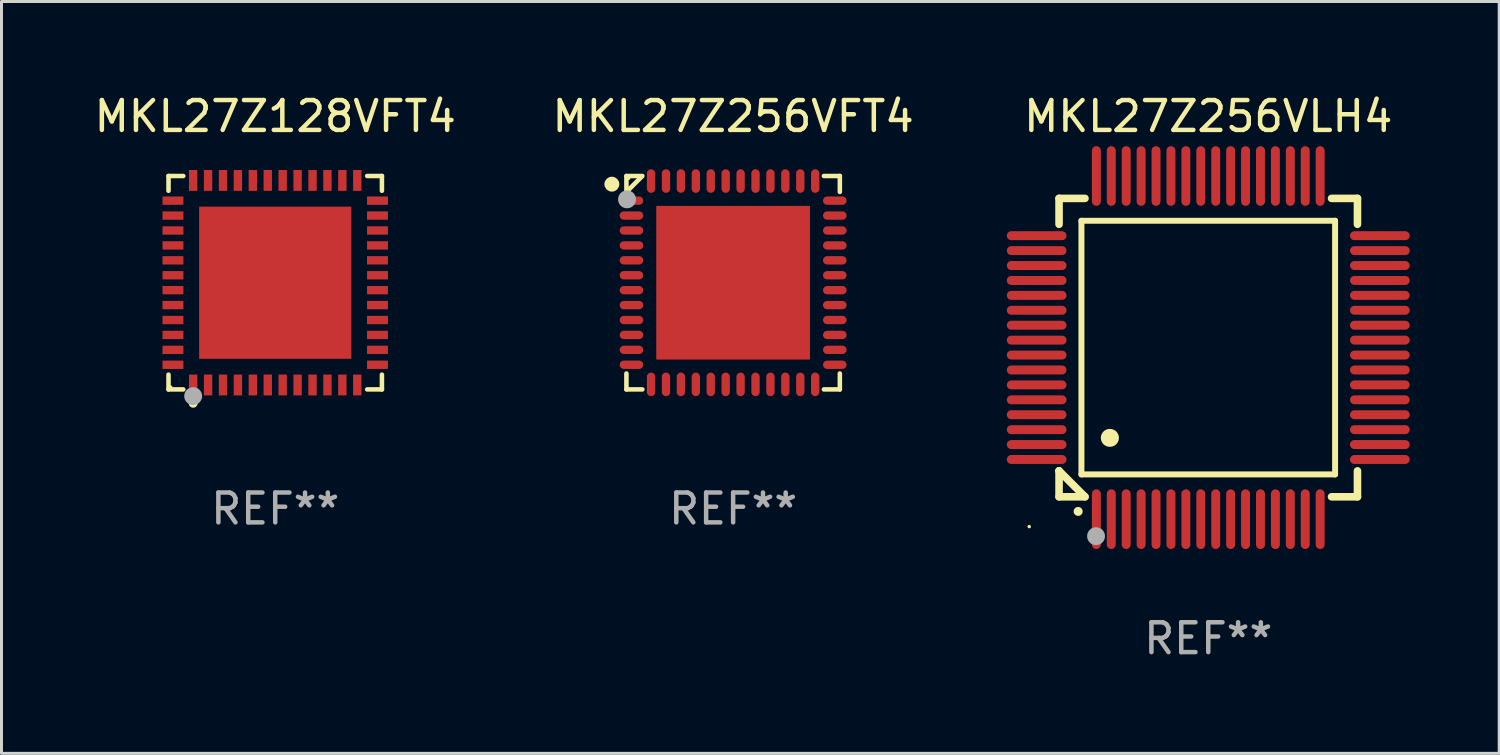
<source format=kicad_pcb>
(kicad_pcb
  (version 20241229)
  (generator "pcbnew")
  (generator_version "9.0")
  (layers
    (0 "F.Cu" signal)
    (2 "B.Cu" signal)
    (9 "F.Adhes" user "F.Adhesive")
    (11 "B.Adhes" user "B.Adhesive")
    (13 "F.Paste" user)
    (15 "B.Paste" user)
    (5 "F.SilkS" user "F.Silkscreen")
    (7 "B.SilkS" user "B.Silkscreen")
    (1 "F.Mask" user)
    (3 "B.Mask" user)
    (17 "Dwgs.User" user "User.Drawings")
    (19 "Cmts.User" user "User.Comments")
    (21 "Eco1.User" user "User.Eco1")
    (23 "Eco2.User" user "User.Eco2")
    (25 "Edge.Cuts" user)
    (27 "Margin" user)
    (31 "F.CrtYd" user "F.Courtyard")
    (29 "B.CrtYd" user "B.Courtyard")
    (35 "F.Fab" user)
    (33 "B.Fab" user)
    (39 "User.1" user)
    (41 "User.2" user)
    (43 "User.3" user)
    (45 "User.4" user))
  (footprint "MKL27Z256VLH4"
    (layer "F.Cu")
    (at 37.44 8.598)
    (property "Reference" "MKL27Z256VLH4" (at 0 -7.75 0) (layer "F.SilkS") (effects (font (size 1 1) (thickness 0.15))))
    (attr through_hole)
    (fp_line (start -5 -5) (end -4.131 -5) (stroke (width 0.254) (type solid)) (layer "F.SilkS"))
    (fp_line (start -5 -4.131) (end -5 -5) (stroke (width 0.254) (type solid)) (layer "F.SilkS"))
    (fp_line (start -5 4.131) (end -5 4.131) (stroke (width 0.254) (type solid)) (layer "F.SilkS"))
    (fp_line (start -5 5) (end -5 4.131) (stroke (width 0.254) (type solid)) (layer "F.SilkS"))
    (fp_line (start -5 4.131) (end -4.131 5) (stroke (width 0.254) (type solid)) (layer "F.SilkS"))
    (fp_line (start -4.25 -4.25) (end -4.25 4.25) (stroke (width 0.2) (type solid)) (layer "F.SilkS"))
    (fp_line (start -4.25 4.25) (end 4.25 4.25) (stroke (width 0.2) (type solid)) (layer "F.SilkS"))
    (fp_line (start -4.131 5) (end -5 5) (stroke (width 0.254) (type solid)) (layer "F.SilkS"))
    (fp_line (start 4.25 -4.25) (end -4.25 -4.25) (stroke (width 0.2) (type solid)) (layer "F.SilkS"))
    (fp_line (start 4.25 4.25) (end 4.25 -4.25) (stroke (width 0.2) (type solid)) (layer "F.SilkS"))
    (fp_line (start 5 -5) (end 4.131 -5) (stroke (width 0.254) (type solid)) (layer "F.SilkS"))
    (fp_line (start 5 -5) (end 5 -4.131) (stroke (width 0.254) (type solid)) (layer "F.SilkS"))
    (fp_line (start 5 4.131) (end 5 5) (stroke (width 0.254) (type solid)) (layer "F.SilkS"))
    (fp_line (start 5 5) (end 4.131 5) (stroke (width 0.254) (type solid)) (layer "F.SilkS"))
    (fp_arc (start -4.361265 5.489992) (mid -4.359995 5.489987) (end -4.358725 5.489992) (stroke (width 0.3) (type solid)) (layer "F.SilkS"))
    (fp_arc (start -3.299467 3.025146) (mid -3.296927 3.025135) (end -3.294387 3.025146) (stroke (width 0.6) (type solid)) (layer "F.SilkS"))
    (fp_circle (center -6 6) (end -5.97 6) (stroke (width 0.06) (type solid)) (fill no) (layer "F.SilkS"))
    (fp_circle (center -3.76 6.32) (end -3.61 6.32) (stroke (width 0.3) (type solid)) (fill no) (layer "F.Fab"))
    (fp_text user "REF**" (at 0 9.75 0) (layer "F.Fab") (effects (font (size 1 1) (thickness 0.15))))
    (pad "1" smd oval (at -3.75 5.75) (size 0.3 2) (layers "F.Cu" "F.Mask" "F.Paste"))
    (pad "2" smd oval (at -3.25 5.75) (size 0.3 2) (layers "F.Cu" "F.Mask" "F.Paste"))
    (pad "3" smd oval (at -2.75 5.75) (size 0.3 2) (layers "F.Cu" "F.Mask" "F.Paste"))
    (pad "4" smd oval (at -2.25 5.75) (size 0.3 2) (layers "F.Cu" "F.Mask" "F.Paste"))
    (pad "5" smd oval (at -1.75 5.75) (size 0.3 2) (layers "F.Cu" "F.Mask" "F.Paste"))
    (pad "6" smd oval (at -1.25 5.75) (size 0.3 2) (layers "F.Cu" "F.Mask" "F.Paste"))
    (pad "7" smd oval (at -0.75 5.75) (size 0.3 2) (layers "F.Cu" "F.Mask" "F.Paste"))
    (pad "8" smd oval (at -0.25 5.75) (size 0.3 2) (layers "F.Cu" "F.Mask" "F.Paste"))
    (pad "9" smd oval (at 0.25 5.75) (size 0.3 2) (layers "F.Cu" "F.Mask" "F.Paste"))
    (pad "10" smd oval (at 0.75 5.75) (size 0.3 2) (layers "F.Cu" "F.Mask" "F.Paste"))
    (pad "11" smd oval (at 1.25 5.75) (size 0.3 2) (layers "F.Cu" "F.Mask" "F.Paste"))
    (pad "12" smd oval (at 1.75 5.75) (size 0.3 2) (layers "F.Cu" "F.Mask" "F.Paste"))
    (pad "13" smd oval (at 2.25 5.75) (size 0.3 2) (layers "F.Cu" "F.Mask" "F.Paste"))
    (pad "14" smd oval (at 2.75 5.75) (size 0.3 2) (layers "F.Cu" "F.Mask" "F.Paste"))
    (pad "15" smd oval (at 3.25 5.75) (size 0.3 2) (layers "F.Cu" "F.Mask" "F.Paste"))
    (pad "16" smd oval (at 3.75 5.75) (size 0.3 2) (layers "F.Cu" "F.Mask" "F.Paste"))
    (pad "17" smd oval (at 5.75 3.75) (size 2 0.3) (layers "F.Cu" "F.Mask" "F.Paste"))
    (pad "18" smd oval (at 5.75 3.25) (size 2 0.3) (layers "F.Cu" "F.Mask" "F.Paste"))
    (pad "19" smd oval (at 5.75 2.75) (size 2 0.3) (layers "F.Cu" "F.Mask" "F.Paste"))
    (pad "20" smd oval (at 5.75 2.25) (size 2 0.3) (layers "F.Cu" "F.Mask" "F.Paste"))
    (pad "21" smd oval (at 5.75 1.75) (size 2 0.3) (layers "F.Cu" "F.Mask" "F.Paste"))
    (pad "22" smd oval (at 5.75 1.25) (size 2 0.3) (layers "F.Cu" "F.Mask" "F.Paste"))
    (pad "23" smd oval (at 5.75 0.75) (size 2 0.3) (layers "F.Cu" "F.Mask" "F.Paste"))
    (pad "24" smd oval (at 5.75 0.25) (size 2 0.3) (layers "F.Cu" "F.Mask" "F.Paste"))
    (pad "25" smd oval (at 5.75 -0.25) (size 2 0.3) (layers "F.Cu" "F.Mask" "F.Paste"))
    (pad "26" smd oval (at 5.75 -0.75) (size 2 0.3) (layers "F.Cu" "F.Mask" "F.Paste"))
    (pad "27" smd oval (at 5.75 -1.25) (size 2 0.3) (layers "F.Cu" "F.Mask" "F.Paste"))
    (pad "28" smd oval (at 5.75 -1.75) (size 2 0.3) (layers "F.Cu" "F.Mask" "F.Paste"))
    (pad "29" smd oval (at 5.75 -2.25) (size 2 0.3) (layers "F.Cu" "F.Mask" "F.Paste"))
    (pad "30" smd oval (at 5.75 -2.75) (size 2 0.3) (layers "F.Cu" "F.Mask" "F.Paste"))
    (pad "31" smd oval (at 5.75 -3.25) (size 2 0.3) (layers "F.Cu" "F.Mask" "F.Paste"))
    (pad "32" smd oval (at 5.75 -3.75) (size 2 0.3) (layers "F.Cu" "F.Mask" "F.Paste"))
    (pad "33" smd oval (at 3.75 -5.75) (size 0.3 2) (layers "F.Cu" "F.Mask" "F.Paste"))
    (pad "34" smd oval (at 3.25 -5.75) (size 0.3 2) (layers "F.Cu" "F.Mask" "F.Paste"))
    (pad "35" smd oval (at 2.75 -5.75) (size 0.3 2) (layers "F.Cu" "F.Mask" "F.Paste"))
    (pad "36" smd oval (at 2.25 -5.75) (size 0.3 2) (layers "F.Cu" "F.Mask" "F.Paste"))
    (pad "37" smd oval (at 1.75 -5.75) (size 0.3 2) (layers "F.Cu" "F.Mask" "F.Paste"))
    (pad "38" smd oval (at 1.25 -5.75) (size 0.3 2) (layers "F.Cu" "F.Mask" "F.Paste"))
    (pad "39" smd oval (at 0.75 -5.75) (size 0.3 2) (layers "F.Cu" "F.Mask" "F.Paste"))
    (pad "40" smd oval (at 0.25 -5.75) (size 0.3 2) (layers "F.Cu" "F.Mask" "F.Paste"))
    (pad "41" smd oval (at -0.25 -5.75) (size 0.3 2) (layers "F.Cu" "F.Mask" "F.Paste"))
    (pad "42" smd oval (at -0.75 -5.75) (size 0.3 2) (layers "F.Cu" "F.Mask" "F.Paste"))
    (pad "43" smd oval (at -1.25 -5.75) (size 0.3 2) (layers "F.Cu" "F.Mask" "F.Paste"))
    (pad "44" smd oval (at -1.75 -5.75) (size 0.3 2) (layers "F.Cu" "F.Mask" "F.Paste"))
    (pad "45" smd oval (at -2.25 -5.75) (size 0.3 2) (layers "F.Cu" "F.Mask" "F.Paste"))
    (pad "46" smd oval (at -2.75 -5.75) (size 0.3 2) (layers "F.Cu" "F.Mask" "F.Paste"))
    (pad "47" smd oval (at -3.25 -5.75) (size 0.3 2) (layers "F.Cu" "F.Mask" "F.Paste"))
    (pad "48" smd oval (at -3.75 -5.75) (size 0.3 2) (layers "F.Cu" "F.Mask" "F.Paste"))
    (pad "49" smd oval (at -5.75 -3.75) (size 2 0.3) (layers "F.Cu" "F.Mask" "F.Paste"))
    (pad "50" smd oval (at -5.75 -3.25) (size 2 0.3) (layers "F.Cu" "F.Mask" "F.Paste"))
    (pad "51" smd oval (at -5.75 -2.75) (size 2 0.3) (layers "F.Cu" "F.Mask" "F.Paste"))
    (pad "52" smd oval (at -5.75 -2.25) (size 2 0.3) (layers "F.Cu" "F.Mask" "F.Paste"))
    (pad "53" smd oval (at -5.75 -1.75) (size 2 0.3) (layers "F.Cu" "F.Mask" "F.Paste"))
    (pad "54" smd oval (at -5.75 -1.25) (size 2 0.3) (layers "F.Cu" "F.Mask" "F.Paste"))
    (pad "55" smd oval (at -5.75 -0.75) (size 2 0.3) (layers "F.Cu" "F.Mask" "F.Paste"))
    (pad "56" smd oval (at -5.75 -0.25) (size 2 0.3) (layers "F.Cu" "F.Mask" "F.Paste"))
    (pad "57" smd oval (at -5.75 0.25) (size 2 0.3) (layers "F.Cu" "F.Mask" "F.Paste"))
    (pad "58" smd oval (at -5.75 0.75) (size 2 0.3) (layers "F.Cu" "F.Mask" "F.Paste"))
    (pad "59" smd oval (at -5.75 1.25) (size 2 0.3) (layers "F.Cu" "F.Mask" "F.Paste"))
    (pad "60" smd oval (at -5.75 1.75) (size 2 0.3) (layers "F.Cu" "F.Mask" "F.Paste"))
    (pad "61" smd oval (at -5.75 2.25) (size 2 0.3) (layers "F.Cu" "F.Mask" "F.Paste"))
    (pad "62" smd oval (at -5.75 2.75) (size 2 0.3) (layers "F.Cu" "F.Mask" "F.Paste"))
    (pad "63" smd oval (at -5.75 3.25) (size 2 0.3) (layers "F.Cu" "F.Mask" "F.Paste"))
    (pad "64" smd oval (at -5.75 3.75) (size 2 0.3) (layers "F.Cu" "F.Mask" "F.Paste")))
  (footprint "MKL27Z256VFT4"
    (layer "F.Cu")
    (at 21.518 6.424)
    (property "Reference" "MKL27Z256VFT4" (at 0 -5.576 0) (layer "F.SilkS") (effects (font (size 1 1) (thickness 0.15))))
    (attr through_hole)
    (fp_line (start -3.576 -3.576) (end -3.042 -3.576) (stroke (width 0.152) (type solid)) (layer "F.SilkS"))
    (fp_line (start -3.576 -3.042) (end -3.576 -3.576) (stroke (width 0.152) (type solid)) (layer "F.SilkS"))
    (fp_line (start -3.576 3.042) (end -3.576 3.576) (stroke (width 0.152) (type solid)) (layer "F.SilkS"))
    (fp_line (start -3.576 3.576) (end -3.042 3.576) (stroke (width 0.152) (type solid)) (layer "F.SilkS"))
    (fp_line (start -3.069 -3.549) (end -3.549 -3.069) (stroke (width 0.152) (type solid)) (layer "F.SilkS"))
    (fp_line (start 3.576 -3.576) (end 3.042 -3.576) (stroke (width 0.152) (type solid)) (layer "F.SilkS"))
    (fp_line (start 3.576 -3.042) (end 3.576 -3.576) (stroke (width 0.152) (type solid)) (layer "F.SilkS"))
    (fp_line (start 3.576 3.042) (end 3.576 3.576) (stroke (width 0.152) (type solid)) (layer "F.SilkS"))
    (fp_line (start 3.576 3.576) (end 3.042 3.576) (stroke (width 0.152) (type solid)) (layer "F.SilkS"))
    (fp_circle (center -4.064 -3.302) (end -3.939 -3.302) (stroke (width 0.25) (type solid)) (fill no) (layer "F.SilkS"))
    (fp_circle (center -3.5 -3.5) (end -3.47 -3.5) (stroke (width 0.06) (type solid)) (fill no) (layer "F.SilkS"))
    (fp_circle (center -3.556 -2.794) (end -3.406 -2.794) (stroke (width 0.3) (type solid)) (fill no) (layer "F.Fab"))
    (fp_text user "REF**" (at 0 7.576 0) (layer "F.Fab") (effects (font (size 1 1) (thickness 0.15))))
    (pad "1" smd oval (at -3.407 -2.75) (size 0.79 0.28) (layers "F.Cu" "F.Mask" "F.Paste"))
    (pad "2" smd oval (at -3.407 -2.25) (size 0.79 0.28) (layers "F.Cu" "F.Mask" "F.Paste"))
    (pad "3" smd oval (at -3.407 -1.75) (size 0.79 0.28) (layers "F.Cu" "F.Mask" "F.Paste"))
    (pad "4" smd oval (at -3.407 -1.25) (size 0.79 0.28) (layers "F.Cu" "F.Mask" "F.Paste"))
    (pad "5" smd oval (at -3.407 -0.75) (size 0.79 0.28) (layers "F.Cu" "F.Mask" "F.Paste"))
    (pad "6" smd oval (at -3.407 -0.25) (size 0.79 0.28) (layers "F.Cu" "F.Mask" "F.Paste"))
    (pad "7" smd oval (at -3.407 0.25) (size 0.79 0.28) (layers "F.Cu" "F.Mask" "F.Paste"))
    (pad "8" smd oval (at -3.407 0.75) (size 0.79 0.28) (layers "F.Cu" "F.Mask" "F.Paste"))
    (pad "9" smd oval (at -3.407 1.25) (size 0.79 0.28) (layers "F.Cu" "F.Mask" "F.Paste"))
    (pad "10" smd oval (at -3.407 1.75) (size 0.79 0.28) (layers "F.Cu" "F.Mask" "F.Paste"))
    (pad "11" smd oval (at -3.407 2.25) (size 0.79 0.28) (layers "F.Cu" "F.Mask" "F.Paste"))
    (pad "12" smd oval (at -3.407 2.75) (size 0.79 0.28) (layers "F.Cu" "F.Mask" "F.Paste"))
    (pad "13" smd oval (at -2.75 3.407) (size 0.28 0.79) (layers "F.Cu" "F.Mask" "F.Paste"))
    (pad "14" smd oval (at -2.25 3.407) (size 0.28 0.79) (layers "F.Cu" "F.Mask" "F.Paste"))
    (pad "15" smd oval (at -1.75 3.407) (size 0.28 0.79) (layers "F.Cu" "F.Mask" "F.Paste"))
    (pad "16" smd oval (at -1.25 3.407) (size 0.28 0.79) (layers "F.Cu" "F.Mask" "F.Paste"))
    (pad "17" smd oval (at -0.75 3.407) (size 0.28 0.79) (layers "F.Cu" "F.Mask" "F.Paste"))
    (pad "18" smd oval (at -0.25 3.407) (size 0.28 0.79) (layers "F.Cu" "F.Mask" "F.Paste"))
    (pad "19" smd oval (at 0.25 3.407) (size 0.28 0.79) (layers "F.Cu" "F.Mask" "F.Paste"))
    (pad "20" smd oval (at 0.75 3.407) (size 0.28 0.79) (layers "F.Cu" "F.Mask" "F.Paste"))
    (pad "21" smd oval (at 1.25 3.407) (size 0.28 0.79) (layers "F.Cu" "F.Mask" "F.Paste"))
    (pad "22" smd oval (at 1.75 3.407) (size 0.28 0.79) (layers "F.Cu" "F.Mask" "F.Paste"))
    (pad "23" smd oval (at 2.25 3.407) (size 0.28 0.79) (layers "F.Cu" "F.Mask" "F.Paste"))
    (pad "24" smd oval (at 2.75 3.407) (size 0.28 0.79) (layers "F.Cu" "F.Mask" "F.Paste"))
    (pad "25" smd oval (at 3.407 2.75) (size 0.79 0.28) (layers "F.Cu" "F.Mask" "F.Paste"))
    (pad "26" smd oval (at 3.407 2.25) (size 0.79 0.28) (layers "F.Cu" "F.Mask" "F.Paste"))
    (pad "27" smd oval (at 3.407 1.75) (size 0.79 0.28) (layers "F.Cu" "F.Mask" "F.Paste"))
    (pad "28" smd oval (at 3.407 1.25) (size 0.79 0.28) (layers "F.Cu" "F.Mask" "F.Paste"))
    (pad "29" smd oval (at 3.407 0.75) (size 0.79 0.28) (layers "F.Cu" "F.Mask" "F.Paste"))
    (pad "30" smd oval (at 3.407 0.25) (size 0.79 0.28) (layers "F.Cu" "F.Mask" "F.Paste"))
    (pad "31" smd oval (at 3.407 -0.25) (size 0.79 0.28) (layers "F.Cu" "F.Mask" "F.Paste"))
    (pad "32" smd oval (at 3.407 -0.75) (size 0.79 0.28) (layers "F.Cu" "F.Mask" "F.Paste"))
    (pad "33" smd oval (at 3.407 -1.25) (size 0.79 0.28) (layers "F.Cu" "F.Mask" "F.Paste"))
    (pad "34" smd oval (at 3.407 -1.75) (size 0.79 0.28) (layers "F.Cu" "F.Mask" "F.Paste"))
    (pad "35" smd oval (at 3.407 -2.25) (size 0.79 0.28) (layers "F.Cu" "F.Mask" "F.Paste"))
    (pad "36" smd oval (at 3.407 -2.75) (size 0.79 0.28) (layers "F.Cu" "F.Mask" "F.Paste"))
    (pad "37" smd oval (at 2.75 -3.407) (size 0.28 0.79) (layers "F.Cu" "F.Mask" "F.Paste"))
    (pad "38" smd oval (at 2.25 -3.407) (size 0.28 0.79) (layers "F.Cu" "F.Mask" "F.Paste"))
    (pad "39" smd oval (at 1.75 -3.407) (size 0.28 0.79) (layers "F.Cu" "F.Mask" "F.Paste"))
    (pad "40" smd oval (at 1.25 -3.407) (size 0.28 0.79) (layers "F.Cu" "F.Mask" "F.Paste"))
    (pad "41" smd oval (at 0.75 -3.407) (size 0.28 0.79) (layers "F.Cu" "F.Mask" "F.Paste"))
    (pad "42" smd oval (at 0.25 -3.407) (size 0.28 0.79) (layers "F.Cu" "F.Mask" "F.Paste"))
    (pad "43" smd oval (at -0.25 -3.407) (size 0.28 0.79) (layers "F.Cu" "F.Mask" "F.Paste"))
    (pad "44" smd oval (at -0.75 -3.407) (size 0.28 0.79) (layers "F.Cu" "F.Mask" "F.Paste"))
    (pad "45" smd oval (at -1.25 -3.407) (size 0.28 0.79) (layers "F.Cu" "F.Mask" "F.Paste"))
    (pad "46" smd oval (at -1.75 -3.407) (size 0.28 0.79) (layers "F.Cu" "F.Mask" "F.Paste"))
    (pad "47" smd oval (at -2.25 -3.407) (size 0.28 0.79) (layers "F.Cu" "F.Mask" "F.Paste"))
    (pad "48" smd oval (at -2.75 -3.407) (size 0.28 0.79) (layers "F.Cu" "F.Mask" "F.Paste"))
    (pad "49" smd rect (at 0 0) (size 5.15 5.15) (layers "F.Cu" "F.Mask" "F.Paste")))
  (footprint "MKL27Z128VFT4"
    (layer "F.Cu")
    (at 6.173 6.424)
    (property "Reference" "MKL27Z128VFT4" (at 0 -5.576 0) (layer "F.SilkS") (effects (font (size 1 1) (thickness 0.15))))
    (attr through_hole)
    (fp_line (start -3.576 -3.576) (end -3.081 -3.576) (stroke (width 0.152) (type solid)) (layer "F.SilkS"))
    (fp_line (start -3.576 -3.081) (end -3.576 -3.576) (stroke (width 0.152) (type solid)) (layer "F.SilkS"))
    (fp_line (start -3.576 3.081) (end -3.576 3.576) (stroke (width 0.152) (type solid)) (layer "F.SilkS"))
    (fp_line (start -3.576 3.576) (end -3.081 3.576) (stroke (width 0.152) (type solid)) (layer "F.SilkS"))
    (fp_line (start 3.576 -3.576) (end 3.081 -3.576) (stroke (width 0.152) (type solid)) (layer "F.SilkS"))
    (fp_line (start 3.576 -3.081) (end 3.576 -3.576) (stroke (width 0.152) (type solid)) (layer "F.SilkS"))
    (fp_line (start 3.576 3.081) (end 3.576 3.576) (stroke (width 0.152) (type solid)) (layer "F.SilkS"))
    (fp_line (start 3.576 3.576) (end 3.081 3.576) (stroke (width 0.152) (type solid)) (layer "F.SilkS"))
    (fp_circle (center -3.5 3.5) (end -3.47 3.5) (stroke (width 0.06) (type solid)) (fill no) (layer "F.SilkS"))
    (fp_circle (center -2.75 4.04) (end -2.675 4.04) (stroke (width 0.15) (type solid)) (fill no) (layer "F.SilkS"))
    (fp_circle (center -2.75 3.8) (end -2.6 3.8) (stroke (width 0.3) (type solid)) (fill no) (layer "F.Fab"))
    (fp_text user "REF**" (at 0 7.576 0) (layer "F.Fab") (effects (font (size 1 1) (thickness 0.15))))
    (pad "1" smd rect (at -2.75 3.427) (size 0.28 0.7) (layers "F.Cu" "F.Mask" "F.Paste"))
    (pad "2" smd rect (at -2.25 3.427) (size 0.28 0.7) (layers "F.Cu" "F.Mask" "F.Paste"))
    (pad "3" smd rect (at -1.75 3.427) (size 0.28 0.7) (layers "F.Cu" "F.Mask" "F.Paste"))
    (pad "4" smd rect (at -1.25 3.427) (size 0.28 0.7) (layers "F.Cu" "F.Mask" "F.Paste"))
    (pad "5" smd rect (at -0.75 3.427) (size 0.28 0.7) (layers "F.Cu" "F.Mask" "F.Paste"))
    (pad "6" smd rect (at -0.25 3.427) (size 0.28 0.7) (layers "F.Cu" "F.Mask" "F.Paste"))
    (pad "7" smd rect (at 0.25 3.427) (size 0.28 0.7) (layers "F.Cu" "F.Mask" "F.Paste"))
    (pad "8" smd rect (at 0.75 3.427) (size 0.28 0.7) (layers "F.Cu" "F.Mask" "F.Paste"))
    (pad "9" smd rect (at 1.25 3.427) (size 0.28 0.7) (layers "F.Cu" "F.Mask" "F.Paste"))
    (pad "10" smd rect (at 1.75 3.427) (size 0.28 0.7) (layers "F.Cu" "F.Mask" "F.Paste"))
    (pad "11" smd rect (at 2.25 3.427) (size 0.28 0.7) (layers "F.Cu" "F.Mask" "F.Paste"))
    (pad "12" smd rect (at 2.75 3.427) (size 0.28 0.7) (layers "F.Cu" "F.Mask" "F.Paste"))
    (pad "13" smd rect (at 3.427 2.75) (size 0.7 0.28) (layers "F.Cu" "F.Mask" "F.Paste"))
    (pad "14" smd rect (at 3.427 2.25) (size 0.7 0.28) (layers "F.Cu" "F.Mask" "F.Paste"))
    (pad "15" smd rect (at 3.427 1.75) (size 0.7 0.28) (layers "F.Cu" "F.Mask" "F.Paste"))
    (pad "16" smd rect (at 3.427 1.25) (size 0.7 0.28) (layers "F.Cu" "F.Mask" "F.Paste"))
    (pad "17" smd rect (at 3.427 0.75) (size 0.7 0.28) (layers "F.Cu" "F.Mask" "F.Paste"))
    (pad "18" smd rect (at 3.427 0.25) (size 0.7 0.28) (layers "F.Cu" "F.Mask" "F.Paste"))
    (pad "19" smd rect (at 3.427 -0.25) (size 0.7 0.28) (layers "F.Cu" "F.Mask" "F.Paste"))
    (pad "20" smd rect (at 3.427 -0.75) (size 0.7 0.28) (layers "F.Cu" "F.Mask" "F.Paste"))
    (pad "21" smd rect (at 3.427 -1.25) (size 0.7 0.28) (layers "F.Cu" "F.Mask" "F.Paste"))
    (pad "22" smd rect (at 3.427 -1.75) (size 0.7 0.28) (layers "F.Cu" "F.Mask" "F.Paste"))
    (pad "23" smd rect (at 3.427 -2.25) (size 0.7 0.28) (layers "F.Cu" "F.Mask" "F.Paste"))
    (pad "24" smd rect (at 3.427 -2.75) (size 0.7 0.28) (layers "F.Cu" "F.Mask" "F.Paste"))
    (pad "25" smd rect (at 2.75 -3.427) (size 0.28 0.7) (layers "F.Cu" "F.Mask" "F.Paste"))
    (pad "26" smd rect (at 2.25 -3.427) (size 0.28 0.7) (layers "F.Cu" "F.Mask" "F.Paste"))
    (pad "27" smd rect (at 1.75 -3.427) (size 0.28 0.7) (layers "F.Cu" "F.Mask" "F.Paste"))
    (pad "28" smd rect (at 1.25 -3.427) (size 0.28 0.7) (layers "F.Cu" "F.Mask" "F.Paste"))
    (pad "29" smd rect (at 0.75 -3.427) (size 0.28 0.7) (layers "F.Cu" "F.Mask" "F.Paste"))
    (pad "30" smd rect (at 0.25 -3.427) (size 0.28 0.7) (layers "F.Cu" "F.Mask" "F.Paste"))
    (pad "31" smd rect (at -0.25 -3.427) (size 0.28 0.7) (layers "F.Cu" "F.Mask" "F.Paste"))
    (pad "32" smd rect (at -0.75 -3.427) (size 0.28 0.7) (layers "F.Cu" "F.Mask" "F.Paste"))
    (pad "33" smd rect (at -1.25 -3.427) (size 0.28 0.7) (layers "F.Cu" "F.Mask" "F.Paste"))
    (pad "34" smd rect (at -1.75 -3.427) (size 0.28 0.7) (layers "F.Cu" "F.Mask" "F.Paste"))
    (pad "35" smd rect (at -2.25 -3.427) (size 0.28 0.7) (layers "F.Cu" "F.Mask" "F.Paste"))
    (pad "36" smd rect (at -2.75 -3.427) (size 0.28 0.7) (layers "F.Cu" "F.Mask" "F.Paste"))
    (pad "37" smd rect (at -3.427 -2.75) (size 0.7 0.28) (layers "F.Cu" "F.Mask" "F.Paste"))
    (pad "38" smd rect (at -3.427 -2.25) (size 0.7 0.28) (layers "F.Cu" "F.Mask" "F.Paste"))
    (pad "39" smd rect (at -3.427 -1.75) (size 0.7 0.28) (layers "F.Cu" "F.Mask" "F.Paste"))
    (pad "40" smd rect (at -3.427 -1.25) (size 0.7 0.28) (layers "F.Cu" "F.Mask" "F.Paste"))
    (pad "41" smd rect (at -3.427 -0.75) (size 0.7 0.28) (layers "F.Cu" "F.Mask" "F.Paste"))
    (pad "42" smd rect (at -3.427 -0.25) (size 0.7 0.28) (layers "F.Cu" "F.Mask" "F.Paste"))
    (pad "43" smd rect (at -3.427 0.25) (size 0.7 0.28) (layers "F.Cu" "F.Mask" "F.Paste"))
    (pad "44" smd rect (at -3.427 0.75) (size 0.7 0.28) (layers "F.Cu" "F.Mask" "F.Paste"))
    (pad "45" smd rect (at -3.427 1.25) (size 0.7 0.28) (layers "F.Cu" "F.Mask" "F.Paste"))
    (pad "46" smd rect (at -3.427 1.75) (size 0.7 0.28) (layers "F.Cu" "F.Mask" "F.Paste"))
    (pad "47" smd rect (at -3.427 2.25) (size 0.7 0.28) (layers "F.Cu" "F.Mask" "F.Paste"))
    (pad "48" smd rect (at -3.427 2.75) (size 0.7 0.28) (layers "F.Cu" "F.Mask" "F.Paste"))
    (pad "49" smd rect (at 0 0) (size 5.1 5.1) (layers "F.Cu" "F.Mask" "F.Paste")))
  (gr_rect
    (start -3 -3)
    (end 47.19 22.196)
    (stroke (width 0.1) (type default))
    (fill no)
    (layer "Edge.Cuts")))
</source>
